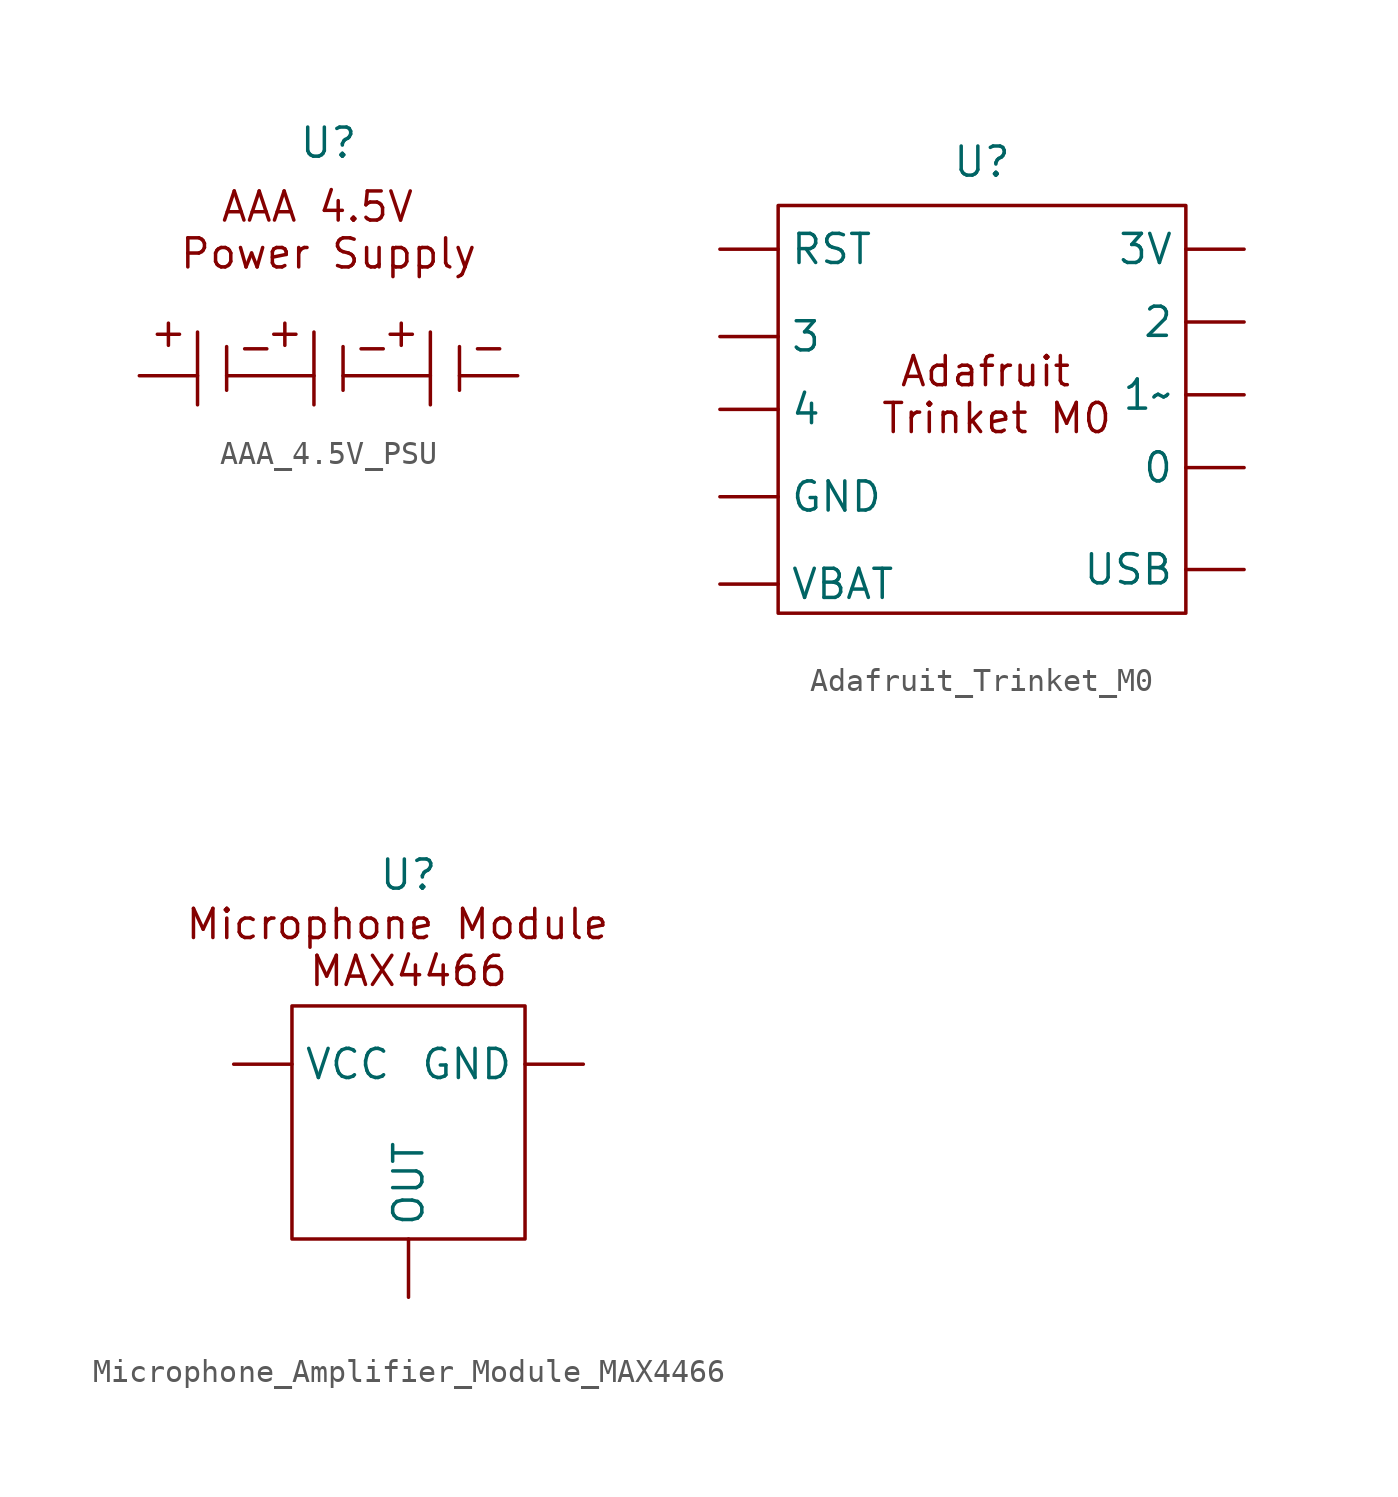
<source format=kicad_sym>
(kicad_symbol_lib
  (version 20220914)
  (generator kicad_symbol_editor)
  (symbol "AAA_4.5V_PSU"
    (property "Reference" "U"
      (at 0 10.16 0)
      (effects (font (size 1.27 1.27))))
    (property "Value" ""
      (at 0 0 0)
      (effects (font (size 1.27 1.27))))
    (symbol "AAA_4.5V_PSU_0_1"
      (polyline (pts (xy -5.715 1.905) (xy -5.715 -1.27)) (stroke (width 0) (type default)) (fill (type none)))
      (polyline (pts (xy -4.445 1.27) (xy -4.445 -0.635)) (stroke (width 0) (type default)) (fill (type none)))
      (polyline (pts (xy -0.635 1.905) (xy -0.635 -1.27)) (stroke (width 0) (type default)) (fill (type none)))
      (polyline (pts (xy 0.635 1.27) (xy 0.635 -0.635)) (stroke (width 0) (type default)) (fill (type none)))
      (polyline (pts (xy 4.445 1.905) (xy 4.445 -1.27)) (stroke (width 0) (type default)) (fill (type none)))
      (polyline (pts (xy 5.715 1.27) (xy 5.715 -0.635)) (stroke (width 0) (type default)) (fill (type none))))
    (symbol "AAA_4.5V_PSU_1_1"
      (polyline (pts (xy -4.445 0) (xy -0.635 0)) (stroke (width 0) (type default)) (fill (type none)))
      (polyline (pts (xy 0.635 0) (xy 4.445 0)) (stroke (width 0) (type default)) (fill (type none)))
      (text "+\n" (at -6.985 1.905 0) (effects (font (size 1.27 1.27))))
      (text "+\n" (at -1.905 1.905 0) (effects (font (size 1.27 1.27))))
      (text "+\n" (at 3.175 1.905 0) (effects (font (size 1.27 1.27))))
      (text "-\n" (at -3.175 1.27 0) (effects (font (size 1.27 1.27))))
      (text "-\n" (at 1.905 1.27 0) (effects (font (size 1.27 1.27))))
      (text "-\n" (at 6.985 1.27 0) (effects (font (size 1.27 1.27))))
      (text "AAA 4.5V \nPower Supply" (at 0 6.35 0) (effects (font (size 1.27 1.27))))
      (pin input line (at -8.255 0 0) (length 2.54) (name "" (effects (font (size 1.27 1.27)))) (number "" (effects (font (size 1.27 1.27)))))
      (pin input line (at 8.255 0 180) (length 2.54) (name "" (effects (font (size 1.27 1.27)))) (number "" (effects (font (size 1.27 1.27)))))))
  (symbol "Adafruit_Trinket_M0"
    (property "Reference" "U"
      (at 0 1.905 0)
      (effects (font (size 1.27 1.27))))
    (property "Value" ""
      (at 0 0 0)
      (effects (font (size 1.27 1.27))))
    (symbol "Adafruit_Trinket_M0_0_1"
      (rectangle (start -8.89 0) (end 8.89 -17.78) (stroke (width 0) (type default)) (fill (type none))))
    (symbol "Adafruit_Trinket_M0_1_1"
      (text "Adafruit \nTrinket M0" (at 0.635 -8.255 0) (effects (font (size 1.27 1.27))))
      (pin input line (at 11.43 -11.43 180) (length 2.54) (name "0" (effects (font (size 1.27 1.27)))) (number "" (effects (font (size 1.27 1.27)))))
      (pin input line (at 11.43 -8.255 180) (length 2.54) (name "1~" (effects (font (size 1.27 1.27)))) (number "" (effects (font (size 1.27 1.27)))))
      (pin input line (at 11.43 -5.08 180) (length 2.54) (name "2" (effects (font (size 1.27 1.27)))) (number "" (effects (font (size 1.27 1.27)))))
      (pin input line (at -11.43 -5.715 0) (length 2.54) (name "3" (effects (font (size 1.27 1.27)))) (number "" (effects (font (size 1.27 1.27)))))
      (pin input line (at 11.43 -1.905 180) (length 2.54) (name "3V" (effects (font (size 1.27 1.27)))) (number "" (effects (font (size 1.27 1.27)))))
      (pin input line (at -11.43 -8.89 0) (length 2.54) (name "4" (effects (font (size 1.27 1.27)))) (number "" (effects (font (size 1.27 1.27)))))
      (pin input line (at -11.43 -12.7 0) (length 2.54) (name "GND" (effects (font (size 1.27 1.27)))) (number "" (effects (font (size 1.27 1.27)))))
      (pin input line (at -11.43 -1.905 0) (length 2.54) (name "RST" (effects (font (size 1.27 1.27)))) (number "" (effects (font (size 1.27 1.27)))))
      (pin input line (at 11.43 -15.875 180) (length 2.54) (name "USB" (effects (font (size 1.27 1.27)))) (number "" (effects (font (size 1.27 1.27)))))
      (pin input line (at -11.43 -16.51 0) (length 2.54) (name "VBAT" (effects (font (size 1.27 1.27)))) (number "" (effects (font (size 1.27 1.27)))))))
  (symbol "Microphone_Amplifier_Module_MAX4466"
    (property "Reference" "U"
      (at 0 5.715 0)
      (effects (font (size 1.27 1.27))))
    (property "Value" ""
      (at 0 0 0)
      (effects (font (size 1.27 1.27))))
    (symbol "Microphone_Amplifier_Module_MAX4466_0_1"
      (rectangle (start -5.08 0) (end 5.08 -10.16) (stroke (width 0) (type default)) (fill (type none))))
    (symbol "Microphone_Amplifier_Module_MAX4466_1_1"
      (text "Microphone Module \nMAX4466" (at 0 2.54 0) (effects (font (size 1.27 1.27))))
      (pin input line (at 7.62 -2.54 180) (length 2.54) (name "GND" (effects (font (size 1.27 1.27)))) (number "" (effects (font (size 1.27 1.27)))))
      (pin input line (at 0 -12.7 90) (length 2.54) (name "OUT" (effects (font (size 1.27 1.27)))) (number "" (effects (font (size 1.27 1.27)))))
      (pin input line (at -7.62 -2.54 0) (length 2.54) (name "VCC" (effects (font (size 1.27 1.27)))) (number "" (effects (font (size 1.27 1.27))))))))
</source>
